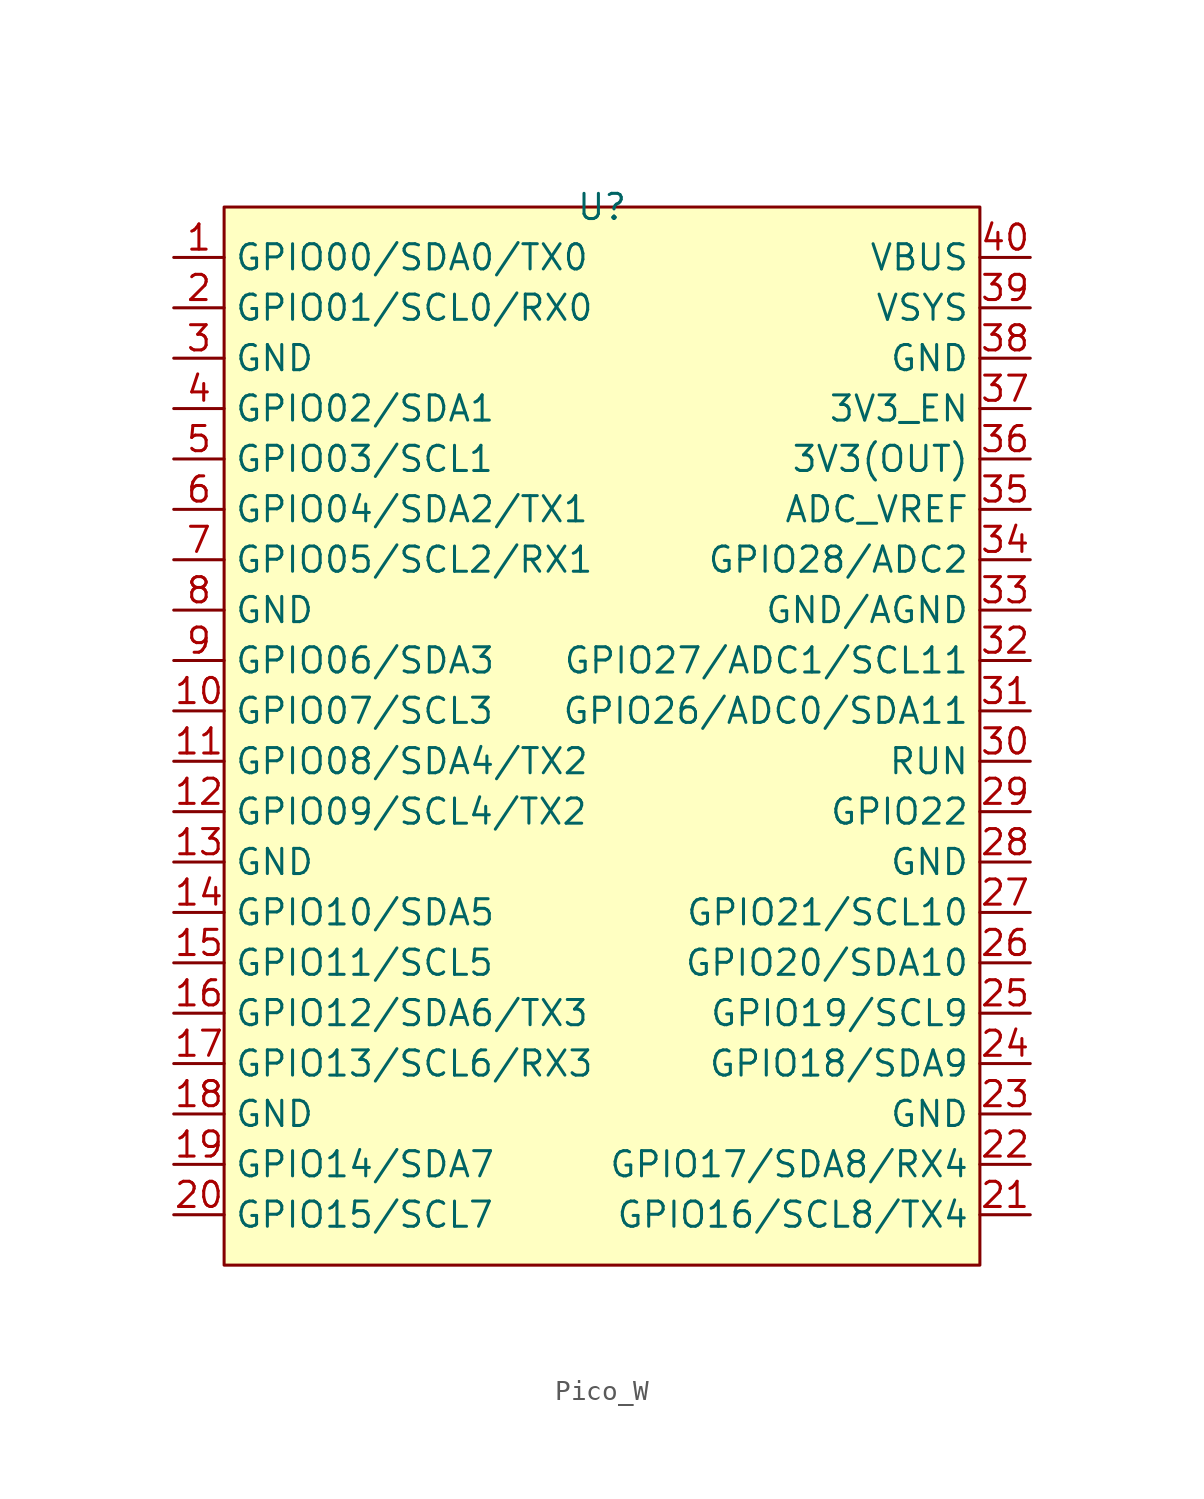
<source format=kicad_sym>
(kicad_symbol_lib
  (version 20220914)
  (generator kicad_symbol_editor)
  (symbol "Pico_W"
    (property "Reference" "U"
      (at 0 1.27 0)
      (effects (font (size 1.27 1.27))))
    (property "Value" ""
      (at -6.35 -10.16 0)
      (effects (font (size 1.27 1.27))))
    (symbol "Pico_W_1_1"
      (rectangle (start -19.05 1.27) (end 19.05 -52.07) (stroke (width 0) (type default)) (fill (type background)))
      (pin bidirectional line (at -21.59 -1.27 0) (length 2.54) (name "GPIO00/SDA0/TX0" (effects (font (size 1.27 1.27)))) (number "1" (effects (font (size 1.27 1.27)))))
      (pin bidirectional line (at -21.59 -24.13 0) (length 2.54) (name "GPIO07/SCL3" (effects (font (size 1.27 1.27)))) (number "10" (effects (font (size 1.27 1.27)))))
      (pin bidirectional line (at -21.59 -26.67 0) (length 2.54) (name "GPIO08/SDA4/TX2" (effects (font (size 1.27 1.27)))) (number "11" (effects (font (size 1.27 1.27)))))
      (pin bidirectional line (at -21.59 -29.21 0) (length 2.54) (name "GPIO09/SCL4/TX2" (effects (font (size 1.27 1.27)))) (number "12" (effects (font (size 1.27 1.27)))))
      (pin power_in line (at -21.59 -31.75 0) (length 2.54) (name "GND" (effects (font (size 1.27 1.27)))) (number "13" (effects (font (size 1.27 1.27)))))
      (pin bidirectional line (at -21.59 -34.29 0) (length 2.54) (name "GPIO10/SDA5" (effects (font (size 1.27 1.27)))) (number "14" (effects (font (size 1.27 1.27)))))
      (pin bidirectional line (at -21.59 -36.83 0) (length 2.54) (name "GPIO11/SCL5" (effects (font (size 1.27 1.27)))) (number "15" (effects (font (size 1.27 1.27)))))
      (pin bidirectional line (at -21.59 -39.37 0) (length 2.54) (name "GPIO12/SDA6/TX3" (effects (font (size 1.27 1.27)))) (number "16" (effects (font (size 1.27 1.27)))))
      (pin bidirectional line (at -21.59 -41.91 0) (length 2.54) (name "GPIO13/SCL6/RX3" (effects (font (size 1.27 1.27)))) (number "17" (effects (font (size 1.27 1.27)))))
      (pin power_in line (at -21.59 -44.45 0) (length 2.54) (name "GND" (effects (font (size 1.27 1.27)))) (number "18" (effects (font (size 1.27 1.27)))))
      (pin bidirectional line (at -21.59 -46.99 0) (length 2.54) (name "GPIO14/SDA7" (effects (font (size 1.27 1.27)))) (number "19" (effects (font (size 1.27 1.27)))))
      (pin bidirectional line (at -21.59 -3.81 0) (length 2.54) (name "GPIO01/SCL0/RX0" (effects (font (size 1.27 1.27)))) (number "2" (effects (font (size 1.27 1.27)))))
      (pin bidirectional line (at -21.59 -49.53 0) (length 2.54) (name "GPIO15/SCL7" (effects (font (size 1.27 1.27)))) (number "20" (effects (font (size 1.27 1.27)))))
      (pin bidirectional line (at 21.59 -49.53 180) (length 2.54) (name "GPIO16/SCL8/TX4" (effects (font (size 1.27 1.27)))) (number "21" (effects (font (size 1.27 1.27)))))
      (pin bidirectional line (at 21.59 -46.99 180) (length 2.54) (name "GPIO17/SDA8/RX4" (effects (font (size 1.27 1.27)))) (number "22" (effects (font (size 1.27 1.27)))))
      (pin power_in line (at 21.59 -44.45 180) (length 2.54) (name "GND" (effects (font (size 1.27 1.27)))) (number "23" (effects (font (size 1.27 1.27)))))
      (pin bidirectional line (at 21.59 -41.91 180) (length 2.54) (name "GPIO18/SDA9" (effects (font (size 1.27 1.27)))) (number "24" (effects (font (size 1.27 1.27)))))
      (pin bidirectional line (at 21.59 -39.37 180) (length 2.54) (name "GPIO19/SCL9" (effects (font (size 1.27 1.27)))) (number "25" (effects (font (size 1.27 1.27)))))
      (pin bidirectional line (at 21.59 -36.83 180) (length 2.54) (name "GPIO20/SDA10" (effects (font (size 1.27 1.27)))) (number "26" (effects (font (size 1.27 1.27)))))
      (pin bidirectional line (at 21.59 -34.29 180) (length 2.54) (name "GPIO21/SCL10" (effects (font (size 1.27 1.27)))) (number "27" (effects (font (size 1.27 1.27)))))
      (pin power_in line (at 21.59 -31.75 180) (length 2.54) (name "GND" (effects (font (size 1.27 1.27)))) (number "28" (effects (font (size 1.27 1.27)))))
      (pin bidirectional line (at 21.59 -29.21 180) (length 2.54) (name "GPIO22" (effects (font (size 1.27 1.27)))) (number "29" (effects (font (size 1.27 1.27)))))
      (pin power_in line (at -21.59 -6.35 0) (length 2.54) (name "GND" (effects (font (size 1.27 1.27)))) (number "3" (effects (font (size 1.27 1.27)))))
      (pin bidirectional line (at 21.59 -26.67 180) (length 2.54) (name "RUN" (effects (font (size 1.27 1.27)))) (number "30" (effects (font (size 1.27 1.27)))))
      (pin bidirectional line (at 21.59 -24.13 180) (length 2.54) (name "GPIO26/ADC0/SDA11" (effects (font (size 1.27 1.27)))) (number "31" (effects (font (size 1.27 1.27)))))
      (pin bidirectional line (at 21.59 -21.59 180) (length 2.54) (name "GPIO27/ADC1/SCL11" (effects (font (size 1.27 1.27)))) (number "32" (effects (font (size 1.27 1.27)))))
      (pin bidirectional line (at 21.59 -19.05 180) (length 2.54) (name "GND/AGND" (effects (font (size 1.27 1.27)))) (number "33" (effects (font (size 1.27 1.27)))))
      (pin bidirectional line (at 21.59 -16.51 180) (length 2.54) (name "GPIO28/ADC2" (effects (font (size 1.27 1.27)))) (number "34" (effects (font (size 1.27 1.27)))))
      (pin bidirectional line (at 21.59 -13.97 180) (length 2.54) (name "ADC_VREF" (effects (font (size 1.27 1.27)))) (number "35" (effects (font (size 1.27 1.27)))))
      (pin power_out line (at 21.59 -11.43 180) (length 2.54) (name "3V3(OUT)" (effects (font (size 1.27 1.27)))) (number "36" (effects (font (size 1.27 1.27)))))
      (pin power_in line (at 21.59 -8.89 180) (length 2.54) (name "3V3_EN" (effects (font (size 1.27 1.27)))) (number "37" (effects (font (size 1.27 1.27)))))
      (pin power_in line (at 21.59 -6.35 180) (length 2.54) (name "GND" (effects (font (size 1.27 1.27)))) (number "38" (effects (font (size 1.27 1.27)))))
      (pin power_in line (at 21.59 -3.81 180) (length 2.54) (name "VSYS" (effects (font (size 1.27 1.27)))) (number "39" (effects (font (size 1.27 1.27)))))
      (pin bidirectional line (at -21.59 -8.89 0) (length 2.54) (name "GPIO02/SDA1" (effects (font (size 1.27 1.27)))) (number "4" (effects (font (size 1.27 1.27)))))
      (pin power_in line (at 21.59 -1.27 180) (length 2.54) (name "VBUS" (effects (font (size 1.27 1.27)))) (number "40" (effects (font (size 1.27 1.27)))))
      (pin bidirectional line (at -21.59 -11.43 0) (length 2.54) (name "GPIO03/SCL1" (effects (font (size 1.27 1.27)))) (number "5" (effects (font (size 1.27 1.27)))))
      (pin bidirectional line (at -21.59 -13.97 0) (length 2.54) (name "GPIO04/SDA2/TX1" (effects (font (size 1.27 1.27)))) (number "6" (effects (font (size 1.27 1.27)))))
      (pin bidirectional line (at -21.59 -16.51 0) (length 2.54) (name "GPIO05/SCL2/RX1" (effects (font (size 1.27 1.27)))) (number "7" (effects (font (size 1.27 1.27)))))
      (pin power_in line (at -21.59 -19.05 0) (length 2.54) (name "GND" (effects (font (size 1.27 1.27)))) (number "8" (effects (font (size 1.27 1.27)))))
      (pin bidirectional line (at -21.59 -21.59 0) (length 2.54) (name "GPIO06/SDA3" (effects (font (size 1.27 1.27)))) (number "9" (effects (font (size 1.27 1.27))))))))
</source>
